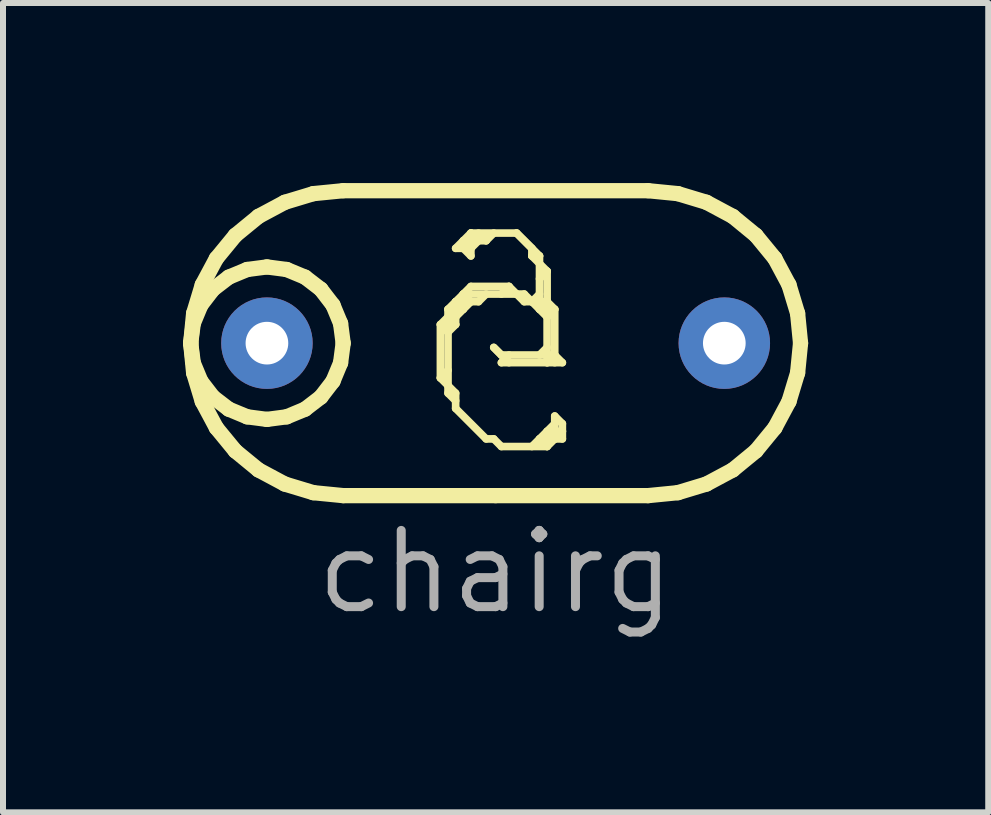
<source format=kicad_pcb>
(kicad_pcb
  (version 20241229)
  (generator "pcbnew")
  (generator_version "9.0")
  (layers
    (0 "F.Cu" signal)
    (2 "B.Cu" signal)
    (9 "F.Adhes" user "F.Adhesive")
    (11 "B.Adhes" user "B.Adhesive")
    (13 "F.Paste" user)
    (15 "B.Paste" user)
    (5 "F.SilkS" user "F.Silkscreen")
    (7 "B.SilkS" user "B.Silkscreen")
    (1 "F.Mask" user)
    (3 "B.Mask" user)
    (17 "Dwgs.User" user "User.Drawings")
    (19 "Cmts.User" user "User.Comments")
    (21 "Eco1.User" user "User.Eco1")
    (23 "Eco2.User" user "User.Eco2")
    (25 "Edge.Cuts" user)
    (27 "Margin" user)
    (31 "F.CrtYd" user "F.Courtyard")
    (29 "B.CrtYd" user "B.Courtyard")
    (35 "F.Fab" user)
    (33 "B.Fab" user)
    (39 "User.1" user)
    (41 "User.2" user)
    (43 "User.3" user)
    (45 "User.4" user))
  (footprint "chairg"
    (layer "F.Cu")
    (at 1.397 2.667)
    (property "Reference" "chairg" (at 3.81 3.81 0) (layer "F.Fab") (effects (font (size 1.27 1.27) (thickness 0.15))))
    (attr through_hole)
    (fp_line (start -1.27 0) (end -1.227 -0.329) (stroke (width 0.254) (type default)) (layer "F.SilkS"))
    (fp_line (start -1.27 0) (end -1.221 -0.496) (stroke (width 0.254) (type default)) (layer "F.SilkS"))
    (fp_line (start -1.227 -0.329) (end -1.1 -0.635) (stroke (width 0.254) (type default)) (layer "F.SilkS"))
    (fp_line (start -1.227 0.329) (end -1.27 0) (stroke (width 0.254) (type default)) (layer "F.SilkS"))
    (fp_line (start -1.221 -0.496) (end -1.077 -0.972) (stroke (width 0.254) (type default)) (layer "F.SilkS"))
    (fp_line (start -1.221 0.496) (end -1.27 0) (stroke (width 0.254) (type default)) (layer "F.SilkS"))
    (fp_line (start -1.1 -0.635) (end -0.898 -0.898) (stroke (width 0.254) (type default)) (layer "F.SilkS"))
    (fp_line (start -1.1 0.635) (end -1.227 0.329) (stroke (width 0.254) (type default)) (layer "F.SilkS"))
    (fp_line (start -1.077 -0.972) (end -0.842 -1.411) (stroke (width 0.254) (type default)) (layer "F.SilkS"))
    (fp_line (start -1.077 0.972) (end -1.221 0.496) (stroke (width 0.254) (type default)) (layer "F.SilkS"))
    (fp_line (start -0.898 -0.898) (end -0.635 -1.1) (stroke (width 0.254) (type default)) (layer "F.SilkS"))
    (fp_line (start -0.898 0.898) (end -1.1 0.635) (stroke (width 0.254) (type default)) (layer "F.SilkS"))
    (fp_line (start -0.842 -1.411) (end -0.526 -1.796) (stroke (width 0.254) (type default)) (layer "F.SilkS"))
    (fp_line (start -0.842 1.411) (end -1.077 0.972) (stroke (width 0.254) (type default)) (layer "F.SilkS"))
    (fp_line (start -0.635 -1.1) (end -0.329 -1.227) (stroke (width 0.254) (type default)) (layer "F.SilkS"))
    (fp_line (start -0.635 1.1) (end -0.898 0.898) (stroke (width 0.254) (type default)) (layer "F.SilkS"))
    (fp_line (start -0.526 -1.796) (end -0.141 -2.112) (stroke (width 0.254) (type default)) (layer "F.SilkS"))
    (fp_line (start -0.526 1.796) (end -0.842 1.411) (stroke (width 0.254) (type default)) (layer "F.SilkS"))
    (fp_line (start -0.329 -1.227) (end 0 -1.27) (stroke (width 0.254) (type default)) (layer "F.SilkS"))
    (fp_line (start -0.329 1.227) (end -0.635 1.1) (stroke (width 0.254) (type default)) (layer "F.SilkS"))
    (fp_line (start -0.141 -2.112) (end 0.298 -2.347) (stroke (width 0.254) (type default)) (layer "F.SilkS"))
    (fp_line (start -0.141 2.112) (end -0.526 1.796) (stroke (width 0.254) (type default)) (layer "F.SilkS"))
    (fp_line (start 0 -1.27) (end 0.329 -1.227) (stroke (width 0.254) (type default)) (layer "F.SilkS"))
    (fp_line (start 0 1.27) (end -0.329 1.227) (stroke (width 0.254) (type default)) (layer "F.SilkS"))
    (fp_line (start 0.298 -2.347) (end 0.774 -2.491) (stroke (width 0.254) (type default)) (layer "F.SilkS"))
    (fp_line (start 0.298 2.347) (end -0.141 2.112) (stroke (width 0.254) (type default)) (layer "F.SilkS"))
    (fp_line (start 0.329 -1.227) (end 0.635 -1.1) (stroke (width 0.254) (type default)) (layer "F.SilkS"))
    (fp_line (start 0.329 1.227) (end 0 1.27) (stroke (width 0.254) (type default)) (layer "F.SilkS"))
    (fp_line (start 0.635 -1.1) (end 0.898 -0.898) (stroke (width 0.254) (type default)) (layer "F.SilkS"))
    (fp_line (start 0.635 1.1) (end 0.329 1.227) (stroke (width 0.254) (type default)) (layer "F.SilkS"))
    (fp_line (start 0.774 -2.491) (end 1.27 -2.54) (stroke (width 0.254) (type default)) (layer "F.SilkS"))
    (fp_line (start 0.774 2.491) (end 0.298 2.347) (stroke (width 0.254) (type default)) (layer "F.SilkS"))
    (fp_line (start 0.898 -0.898) (end 1.1 -0.635) (stroke (width 0.254) (type default)) (layer "F.SilkS"))
    (fp_line (start 0.898 0.898) (end 0.635 1.1) (stroke (width 0.254) (type default)) (layer "F.SilkS"))
    (fp_line (start 1.1 -0.635) (end 1.227 -0.329) (stroke (width 0.254) (type default)) (layer "F.SilkS"))
    (fp_line (start 1.1 0.635) (end 0.898 0.898) (stroke (width 0.254) (type default)) (layer "F.SilkS"))
    (fp_line (start 1.227 -0.329) (end 1.27 0) (stroke (width 0.254) (type default)) (layer "F.SilkS"))
    (fp_line (start 1.227 0.329) (end 1.1 0.635) (stroke (width 0.254) (type default)) (layer "F.SilkS"))
    (fp_line (start 1.27 -2.54) (end 6.35 -2.54) (stroke (width 0.254) (type default)) (layer "F.SilkS"))
    (fp_line (start 1.27 0) (end 1.227 0.329) (stroke (width 0.254) (type default)) (layer "F.SilkS"))
    (fp_line (start 1.27 2.54) (end 0.774 2.491) (stroke (width 0.254) (type default)) (layer "F.SilkS"))
    (fp_line (start 2.89 0.579) (end 2.89 -0.31) (stroke (width 0.127) (type default)) (layer "F.SilkS"))
    (fp_line (start 3.017 -0.437) (end 2.89 -0.31) (stroke (width 0.127) (type default)) (layer "F.SilkS"))
    (fp_line (start 3.017 -0.183) (end 2.89 -0.31) (stroke (width 0.127) (type default)) (layer "F.SilkS"))
    (fp_line (start 3.017 0.452) (end 2.89 0.579) (stroke (width 0.127) (type default)) (layer "F.SilkS"))
    (fp_line (start 3.017 0.706) (end 2.89 0.579) (stroke (width 0.127) (type default)) (layer "F.SilkS"))
    (fp_line (start 3.017 0.833) (end 3.017 -0.564) (stroke (width 0.127) (type default)) (layer "F.SilkS"))
    (fp_line (start 3.144 -1.58) (end 3.398 -1.58) (stroke (width 0.127) (type default)) (layer "F.SilkS"))
    (fp_line (start 3.144 -0.691) (end 3.525 -0.691) (stroke (width 0.127) (type default)) (layer "F.SilkS"))
    (fp_line (start 3.144 -0.437) (end 3.017 -0.564) (stroke (width 0.127) (type default)) (layer "F.SilkS"))
    (fp_line (start 3.144 -0.31) (end 3.017 -0.437) (stroke (width 0.127) (type default)) (layer "F.SilkS"))
    (fp_line (start 3.144 -0.31) (end 3.017 -0.183) (stroke (width 0.127) (type default)) (layer "F.SilkS"))
    (fp_line (start 3.144 -0.31) (end 3.144 -0.691) (stroke (width 0.127) (type default)) (layer "F.SilkS"))
    (fp_line (start 3.144 0.833) (end 3.017 0.706) (stroke (width 0.127) (type default)) (layer "F.SilkS"))
    (fp_line (start 3.144 0.96) (end 3.017 0.833) (stroke (width 0.127) (type default)) (layer "F.SilkS"))
    (fp_line (start 3.144 1.087) (end 3.144 0.833) (stroke (width 0.127) (type default)) (layer "F.SilkS"))
    (fp_line (start 3.271 -1.707) (end 3.652 -1.707) (stroke (width 0.127) (type default)) (layer "F.SilkS"))
    (fp_line (start 3.271 -0.818) (end 4.287 -0.818) (stroke (width 0.127) (type default)) (layer "F.SilkS"))
    (fp_line (start 3.271 -0.564) (end 3.144 -0.691) (stroke (width 0.127) (type default)) (layer "F.SilkS"))
    (fp_line (start 3.271 -0.564) (end 3.271 -0.818) (stroke (width 0.127) (type default)) (layer "F.SilkS"))
    (fp_line (start 3.398 -1.834) (end 3.144 -1.58) (stroke (width 0.127) (type default)) (layer "F.SilkS"))
    (fp_line (start 3.398 -1.834) (end 4.16 -1.834) (stroke (width 0.127) (type default)) (layer "F.SilkS"))
    (fp_line (start 3.398 -1.58) (end 3.271 -1.707) (stroke (width 0.127) (type default)) (layer "F.SilkS"))
    (fp_line (start 3.398 -1.453) (end 3.271 -1.58) (stroke (width 0.127) (type default)) (layer "F.SilkS"))
    (fp_line (start 3.398 -1.453) (end 3.398 -1.834) (stroke (width 0.127) (type default)) (layer "F.SilkS"))
    (fp_line (start 3.398 -0.945) (end 3.017 -0.564) (stroke (width 0.127) (type default)) (layer "F.SilkS"))
    (fp_line (start 3.398 -0.945) (end 4.033 -0.945) (stroke (width 0.127) (type default)) (layer "F.SilkS"))
    (fp_line (start 3.398 -0.691) (end 3.144 -0.437) (stroke (width 0.127) (type default)) (layer "F.SilkS"))
    (fp_line (start 3.398 -0.691) (end 3.271 -0.818) (stroke (width 0.127) (type default)) (layer "F.SilkS"))
    (fp_line (start 3.525 -1.707) (end 3.398 -1.834) (stroke (width 0.127) (type default)) (layer "F.SilkS"))
    (fp_line (start 3.525 -1.707) (end 3.398 -1.58) (stroke (width 0.127) (type default)) (layer "F.SilkS"))
    (fp_line (start 3.652 -1.707) (end 3.525 -1.834) (stroke (width 0.127) (type default)) (layer "F.SilkS"))
    (fp_line (start 3.652 -0.818) (end 3.525 -0.691) (stroke (width 0.127) (type default)) (layer "F.SilkS"))
    (fp_line (start 3.652 1.595) (end 3.144 1.087) (stroke (width 0.127) (type default)) (layer "F.SilkS"))
    (fp_line (start 3.652 1.595) (end 3.779 1.595) (stroke (width 0.127) (type default)) (layer "F.SilkS"))
    (fp_line (start 3.779 -1.834) (end 3.652 -1.707) (stroke (width 0.127) (type default)) (layer "F.SilkS"))
    (fp_line (start 3.81 2.54) (end 1.27 2.54) (stroke (width 0.254) (type default)) (layer "F.SilkS"))
    (fp_line (start 3.906 0.198) (end 3.779 0.071) (stroke (width 0.127) (type default)) (layer "F.SilkS"))
    (fp_line (start 3.906 0.198) (end 4.795 0.198) (stroke (width 0.127) (type default)) (layer "F.SilkS"))
    (fp_line (start 3.906 0.325) (end 4.922 0.325) (stroke (width 0.127) (type default)) (layer "F.SilkS"))
    (fp_line (start 3.906 1.722) (end 3.779 1.595) (stroke (width 0.127) (type default)) (layer "F.SilkS"))
    (fp_line (start 3.906 1.722) (end 4.668 1.722) (stroke (width 0.127) (type default)) (layer "F.SilkS"))
    (fp_line (start 4.033 -0.945) (end 3.906 -0.818) (stroke (width 0.127) (type default)) (layer "F.SilkS"))
    (fp_line (start 4.033 0.198) (end 3.906 0.325) (stroke (width 0.127) (type default)) (layer "F.SilkS"))
    (fp_line (start 4.033 0.325) (end 3.779 0.071) (stroke (width 0.127) (type default)) (layer "F.SilkS"))
    (fp_line (start 4.16 -0.818) (end 4.033 -0.945) (stroke (width 0.127) (type default)) (layer "F.SilkS"))
    (fp_line (start 4.287 -0.691) (end 4.16 -0.818) (stroke (width 0.127) (type default)) (layer "F.SilkS"))
    (fp_line (start 4.287 -0.691) (end 4.668 -0.691) (stroke (width 0.127) (type default)) (layer "F.SilkS"))
    (fp_line (start 4.414 -1.58) (end 4.16 -1.834) (stroke (width 0.127) (type default)) (layer "F.SilkS"))
    (fp_line (start 4.414 -1.453) (end 4.414 -1.58) (stroke (width 0.127) (type default)) (layer "F.SilkS"))
    (fp_line (start 4.414 -1.453) (end 4.541 -1.453) (stroke (width 0.127) (type default)) (layer "F.SilkS"))
    (fp_line (start 4.414 -0.691) (end 4.287 -0.818) (stroke (width 0.127) (type default)) (layer "F.SilkS"))
    (fp_line (start 4.541 -1.453) (end 4.16 -1.834) (stroke (width 0.127) (type default)) (layer "F.SilkS"))
    (fp_line (start 4.541 -1.326) (end 4.414 -1.453) (stroke (width 0.127) (type default)) (layer "F.SilkS"))
    (fp_line (start 4.541 -0.818) (end 4.414 -0.691) (stroke (width 0.127) (type default)) (layer "F.SilkS"))
    (fp_line (start 4.541 -0.564) (end 4.541 -1.453) (stroke (width 0.127) (type default)) (layer "F.SilkS"))
    (fp_line (start 4.541 1.595) (end 4.922 1.595) (stroke (width 0.127) (type default)) (layer "F.SilkS"))
    (fp_line (start 4.668 -1.199) (end 4.541 -1.326) (stroke (width 0.127) (type default)) (layer "F.SilkS"))
    (fp_line (start 4.668 -1.199) (end 4.541 -1.072) (stroke (width 0.127) (type default)) (layer "F.SilkS"))
    (fp_line (start 4.668 -0.691) (end 4.541 -0.564) (stroke (width 0.127) (type default)) (layer "F.SilkS"))
    (fp_line (start 4.668 -0.437) (end 4.414 -0.691) (stroke (width 0.127) (type default)) (layer "F.SilkS"))
    (fp_line (start 4.668 0.071) (end 4.541 0.198) (stroke (width 0.127) (type default)) (layer "F.SilkS"))
    (fp_line (start 4.668 0.325) (end 4.668 -1.199) (stroke (width 0.127) (type default)) (layer "F.SilkS"))
    (fp_line (start 4.668 1.468) (end 4.922 1.468) (stroke (width 0.127) (type default)) (layer "F.SilkS"))
    (fp_line (start 4.668 1.722) (end 4.541 1.595) (stroke (width 0.127) (type default)) (layer "F.SilkS"))
    (fp_line (start 4.795 -0.564) (end 4.668 -0.691) (stroke (width 0.127) (type default)) (layer "F.SilkS"))
    (fp_line (start 4.795 -0.564) (end 4.668 -0.437) (stroke (width 0.127) (type default)) (layer "F.SilkS"))
    (fp_line (start 4.795 0.198) (end 4.668 0.325) (stroke (width 0.127) (type default)) (layer "F.SilkS"))
    (fp_line (start 4.795 0.325) (end 4.795 -0.564) (stroke (width 0.127) (type default)) (layer "F.SilkS"))
    (fp_line (start 4.795 1.341) (end 4.414 1.722) (stroke (width 0.127) (type default)) (layer "F.SilkS"))
    (fp_line (start 4.795 1.595) (end 4.668 1.468) (stroke (width 0.127) (type default)) (layer "F.SilkS"))
    (fp_line (start 4.795 1.595) (end 4.795 1.214) (stroke (width 0.127) (type default)) (layer "F.SilkS"))
    (fp_line (start 4.922 0.325) (end 4.795 0.198) (stroke (width 0.127) (type default)) (layer "F.SilkS"))
    (fp_line (start 4.922 1.341) (end 4.795 1.214) (stroke (width 0.127) (type default)) (layer "F.SilkS"))
    (fp_line (start 4.922 1.468) (end 4.668 1.722) (stroke (width 0.127) (type default)) (layer "F.SilkS"))
    (fp_line (start 4.922 1.595) (end 4.922 1.341) (stroke (width 0.127) (type default)) (layer "F.SilkS"))
    (fp_line (start 6.35 -2.54) (end 6.846 -2.491) (stroke (width 0.254) (type default)) (layer "F.SilkS"))
    (fp_line (start 6.35 2.54) (end 3.81 2.54) (stroke (width 0.254) (type default)) (layer "F.SilkS"))
    (fp_line (start 6.846 -2.491) (end 7.322 -2.347) (stroke (width 0.254) (type default)) (layer "F.SilkS"))
    (fp_line (start 6.846 2.491) (end 6.35 2.54) (stroke (width 0.254) (type default)) (layer "F.SilkS"))
    (fp_line (start 7.322 -2.347) (end 7.761 -2.112) (stroke (width 0.254) (type default)) (layer "F.SilkS"))
    (fp_line (start 7.322 2.347) (end 6.846 2.491) (stroke (width 0.254) (type default)) (layer "F.SilkS"))
    (fp_line (start 7.761 -2.112) (end 8.146 -1.796) (stroke (width 0.254) (type default)) (layer "F.SilkS"))
    (fp_line (start 7.761 2.112) (end 7.322 2.347) (stroke (width 0.254) (type default)) (layer "F.SilkS"))
    (fp_line (start 8.146 -1.796) (end 8.462 -1.411) (stroke (width 0.254) (type default)) (layer "F.SilkS"))
    (fp_line (start 8.146 1.796) (end 7.761 2.112) (stroke (width 0.254) (type default)) (layer "F.SilkS"))
    (fp_line (start 8.462 -1.411) (end 8.697 -0.972) (stroke (width 0.254) (type default)) (layer "F.SilkS"))
    (fp_line (start 8.462 1.411) (end 8.146 1.796) (stroke (width 0.254) (type default)) (layer "F.SilkS"))
    (fp_line (start 8.697 -0.972) (end 8.841 -0.496) (stroke (width 0.254) (type default)) (layer "F.SilkS"))
    (fp_line (start 8.697 0.972) (end 8.462 1.411) (stroke (width 0.254) (type default)) (layer "F.SilkS"))
    (fp_line (start 8.841 -0.496) (end 8.89 0) (stroke (width 0.254) (type default)) (layer "F.SilkS"))
    (fp_line (start 8.841 0.496) (end 8.697 0.972) (stroke (width 0.254) (type default)) (layer "F.SilkS"))
    (fp_line (start 8.89 0) (end 8.841 0.496) (stroke (width 0.254) (type default)) (layer "F.SilkS"))
    (pad "1" thru_hole circle (at 7.62 0) (size 1.524 1.524) (drill 0.711) (layers "*.Cu" "*.Mask"))
    (pad "2" thru_hole circle (at 0 0) (size 1.524 1.524) (drill 0.711) (layers "*.Cu" "*.Mask")))
  (gr_rect
    (start -3 -3)
    (end 13.414 10.483)
    (stroke (width 0.1) (type default))
    (fill no)
    (layer "Edge.Cuts")))
</source>
